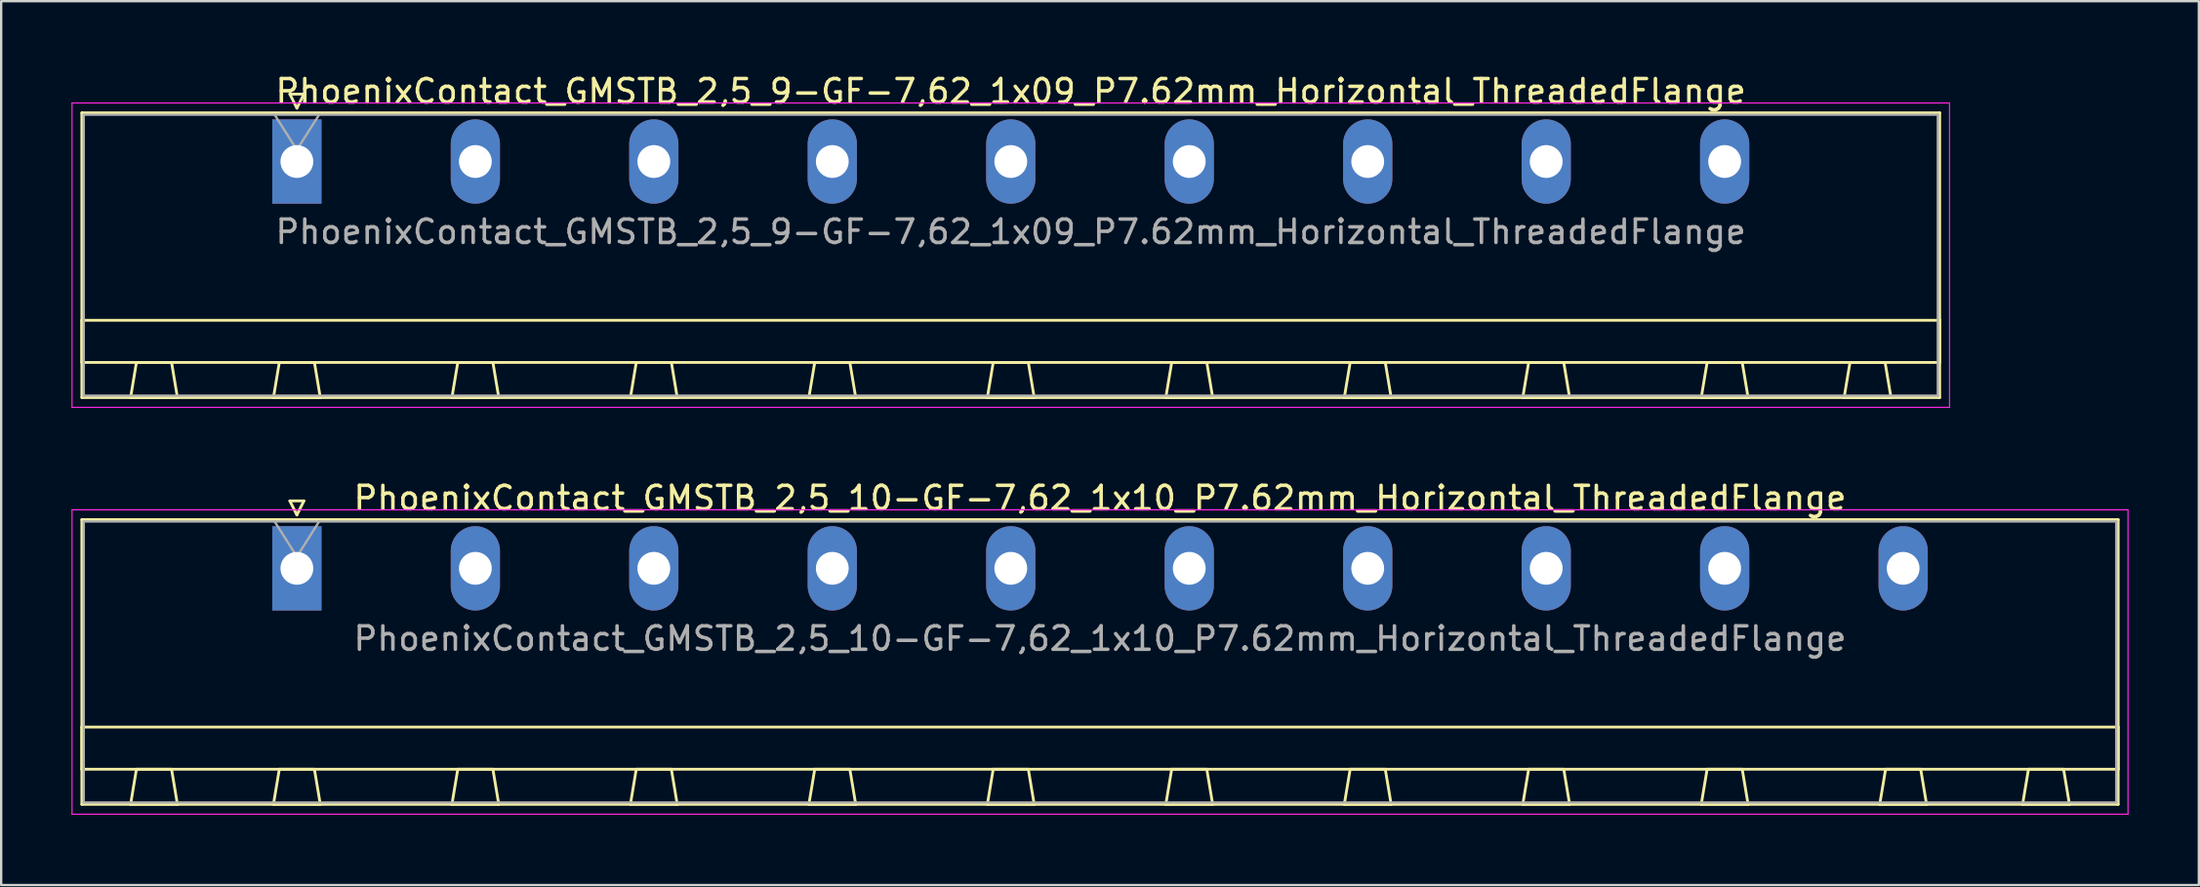
<source format=kicad_pcb>
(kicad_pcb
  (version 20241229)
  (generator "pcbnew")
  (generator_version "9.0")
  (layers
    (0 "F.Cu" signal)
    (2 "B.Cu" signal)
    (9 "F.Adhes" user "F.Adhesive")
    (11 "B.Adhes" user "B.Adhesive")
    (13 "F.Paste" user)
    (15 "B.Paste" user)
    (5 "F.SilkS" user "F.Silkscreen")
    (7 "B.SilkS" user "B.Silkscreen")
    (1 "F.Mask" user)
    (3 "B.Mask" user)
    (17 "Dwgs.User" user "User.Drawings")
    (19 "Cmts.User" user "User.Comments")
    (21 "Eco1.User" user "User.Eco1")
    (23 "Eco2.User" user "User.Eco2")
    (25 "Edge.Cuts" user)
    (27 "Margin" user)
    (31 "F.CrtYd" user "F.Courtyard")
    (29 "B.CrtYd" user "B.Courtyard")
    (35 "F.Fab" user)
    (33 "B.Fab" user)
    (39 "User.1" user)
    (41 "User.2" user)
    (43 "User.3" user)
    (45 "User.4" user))
  (footprint "PhoenixContact_GMSTB_2,5_9-GF-7,62_1x09_P7.62mm_Horizontal_ThreadedFlange"
    (layer "F.Cu")
    (at 9.625 3.848)
    (property "Reference" "PhoenixContact_GMSTB_2,5_9-GF-7,62_1x09_P7.62mm_Horizontal_ThreadedFlange" (at 30.48 -3 0) (layer "F.SilkS") (effects (font (size 1 1) (thickness 0.15))))
    (attr through_hole)
    (fp_line (start -9.18 -2.08) (end -9.18 10.08) (stroke (width 0.12) (type solid)) (layer "F.SilkS"))
    (fp_line (start -9.18 6.78) (end 70.14 6.78) (stroke (width 0.12) (type solid)) (layer "F.SilkS"))
    (fp_line (start -9.18 8.58) (end -9.18 6.78) (stroke (width 0.12) (type solid)) (layer "F.SilkS"))
    (fp_line (start -9.18 10.08) (end 70.14 10.08) (stroke (width 0.12) (type solid)) (layer "F.SilkS"))
    (fp_line (start -7.1 10.08) (end -5.1 10.08) (stroke (width 0.12) (type solid)) (layer "F.SilkS"))
    (fp_line (start -6.85 8.58) (end -7.1 10.08) (stroke (width 0.12) (type solid)) (layer "F.SilkS"))
    (fp_line (start -5.35 8.58) (end -6.85 8.58) (stroke (width 0.12) (type solid)) (layer "F.SilkS"))
    (fp_line (start -5.1 10.08) (end -5.35 8.58) (stroke (width 0.12) (type solid)) (layer "F.SilkS"))
    (fp_line (start -1 10.08) (end 1 10.08) (stroke (width 0.12) (type solid)) (layer "F.SilkS"))
    (fp_line (start -0.75 8.58) (end -1 10.08) (stroke (width 0.12) (type solid)) (layer "F.SilkS"))
    (fp_line (start -0.3 -2.88) (end 0.3 -2.88) (stroke (width 0.12) (type solid)) (layer "F.SilkS"))
    (fp_line (start 0 -2.28) (end -0.3 -2.88) (stroke (width 0.12) (type solid)) (layer "F.SilkS"))
    (fp_line (start 0.3 -2.88) (end 0 -2.28) (stroke (width 0.12) (type solid)) (layer "F.SilkS"))
    (fp_line (start 0.75 8.58) (end -0.75 8.58) (stroke (width 0.12) (type solid)) (layer "F.SilkS"))
    (fp_line (start 1 10.08) (end 0.75 8.58) (stroke (width 0.12) (type solid)) (layer "F.SilkS"))
    (fp_line (start 6.62 10.08) (end 8.62 10.08) (stroke (width 0.12) (type solid)) (layer "F.SilkS"))
    (fp_line (start 6.87 8.58) (end 6.62 10.08) (stroke (width 0.12) (type solid)) (layer "F.SilkS"))
    (fp_line (start 8.37 8.58) (end 6.87 8.58) (stroke (width 0.12) (type solid)) (layer "F.SilkS"))
    (fp_line (start 8.62 10.08) (end 8.37 8.58) (stroke (width 0.12) (type solid)) (layer "F.SilkS"))
    (fp_line (start 14.24 10.08) (end 16.24 10.08) (stroke (width 0.12) (type solid)) (layer "F.SilkS"))
    (fp_line (start 14.49 8.58) (end 14.24 10.08) (stroke (width 0.12) (type solid)) (layer "F.SilkS"))
    (fp_line (start 15.99 8.58) (end 14.49 8.58) (stroke (width 0.12) (type solid)) (layer "F.SilkS"))
    (fp_line (start 16.24 10.08) (end 15.99 8.58) (stroke (width 0.12) (type solid)) (layer "F.SilkS"))
    (fp_line (start 21.86 10.08) (end 23.86 10.08) (stroke (width 0.12) (type solid)) (layer "F.SilkS"))
    (fp_line (start 22.11 8.58) (end 21.86 10.08) (stroke (width 0.12) (type solid)) (layer "F.SilkS"))
    (fp_line (start 23.61 8.58) (end 22.11 8.58) (stroke (width 0.12) (type solid)) (layer "F.SilkS"))
    (fp_line (start 23.86 10.08) (end 23.61 8.58) (stroke (width 0.12) (type solid)) (layer "F.SilkS"))
    (fp_line (start 29.48 10.08) (end 31.48 10.08) (stroke (width 0.12) (type solid)) (layer "F.SilkS"))
    (fp_line (start 29.73 8.58) (end 29.48 10.08) (stroke (width 0.12) (type solid)) (layer "F.SilkS"))
    (fp_line (start 31.23 8.58) (end 29.73 8.58) (stroke (width 0.12) (type solid)) (layer "F.SilkS"))
    (fp_line (start 31.48 10.08) (end 31.23 8.58) (stroke (width 0.12) (type solid)) (layer "F.SilkS"))
    (fp_line (start 37.1 10.08) (end 39.1 10.08) (stroke (width 0.12) (type solid)) (layer "F.SilkS"))
    (fp_line (start 37.35 8.58) (end 37.1 10.08) (stroke (width 0.12) (type solid)) (layer "F.SilkS"))
    (fp_line (start 38.85 8.58) (end 37.35 8.58) (stroke (width 0.12) (type solid)) (layer "F.SilkS"))
    (fp_line (start 39.1 10.08) (end 38.85 8.58) (stroke (width 0.12) (type solid)) (layer "F.SilkS"))
    (fp_line (start 44.72 10.08) (end 46.72 10.08) (stroke (width 0.12) (type solid)) (layer "F.SilkS"))
    (fp_line (start 44.97 8.58) (end 44.72 10.08) (stroke (width 0.12) (type solid)) (layer "F.SilkS"))
    (fp_line (start 46.47 8.58) (end 44.97 8.58) (stroke (width 0.12) (type solid)) (layer "F.SilkS"))
    (fp_line (start 46.72 10.08) (end 46.47 8.58) (stroke (width 0.12) (type solid)) (layer "F.SilkS"))
    (fp_line (start 52.34 10.08) (end 54.34 10.08) (stroke (width 0.12) (type solid)) (layer "F.SilkS"))
    (fp_line (start 52.59 8.58) (end 52.34 10.08) (stroke (width 0.12) (type solid)) (layer "F.SilkS"))
    (fp_line (start 54.09 8.58) (end 52.59 8.58) (stroke (width 0.12) (type solid)) (layer "F.SilkS"))
    (fp_line (start 54.34 10.08) (end 54.09 8.58) (stroke (width 0.12) (type solid)) (layer "F.SilkS"))
    (fp_line (start 59.96 10.08) (end 61.96 10.08) (stroke (width 0.12) (type solid)) (layer "F.SilkS"))
    (fp_line (start 60.21 8.58) (end 59.96 10.08) (stroke (width 0.12) (type solid)) (layer "F.SilkS"))
    (fp_line (start 61.71 8.58) (end 60.21 8.58) (stroke (width 0.12) (type solid)) (layer "F.SilkS"))
    (fp_line (start 61.96 10.08) (end 61.71 8.58) (stroke (width 0.12) (type solid)) (layer "F.SilkS"))
    (fp_line (start 66.06 10.08) (end 68.06 10.08) (stroke (width 0.12) (type solid)) (layer "F.SilkS"))
    (fp_line (start 66.31 8.58) (end 66.06 10.08) (stroke (width 0.12) (type solid)) (layer "F.SilkS"))
    (fp_line (start 67.81 8.58) (end 66.31 8.58) (stroke (width 0.12) (type solid)) (layer "F.SilkS"))
    (fp_line (start 68.06 10.08) (end 67.81 8.58) (stroke (width 0.12) (type solid)) (layer "F.SilkS"))
    (fp_line (start 70.14 -2.08) (end -9.18 -2.08) (stroke (width 0.12) (type solid)) (layer "F.SilkS"))
    (fp_line (start 70.14 6.78) (end 70.14 8.58) (stroke (width 0.12) (type solid)) (layer "F.SilkS"))
    (fp_line (start 70.14 8.58) (end -9.18 8.58) (stroke (width 0.12) (type solid)) (layer "F.SilkS"))
    (fp_line (start 70.14 10.08) (end 70.14 -2.08) (stroke (width 0.12) (type solid)) (layer "F.SilkS"))
    (fp_line (start -9.6 -2.5) (end -9.6 10.5) (stroke (width 0.05) (type solid)) (layer "F.CrtYd"))
    (fp_line (start -9.6 10.5) (end 70.56 10.5) (stroke (width 0.05) (type solid)) (layer "F.CrtYd"))
    (fp_line (start 70.56 -2.5) (end -9.6 -2.5) (stroke (width 0.05) (type solid)) (layer "F.CrtYd"))
    (fp_line (start 70.56 10.5) (end 70.56 -2.5) (stroke (width 0.05) (type solid)) (layer "F.CrtYd"))
    (fp_line (start -9.1 -2) (end -9.1 10) (stroke (width 0.1) (type solid)) (layer "F.Fab"))
    (fp_line (start -9.1 10) (end 70.06 10) (stroke (width 0.1) (type solid)) (layer "F.Fab"))
    (fp_line (start 0 -0.5) (end -0.95 -2) (stroke (width 0.1) (type solid)) (layer "F.Fab"))
    (fp_line (start 0.95 -2) (end 0 -0.5) (stroke (width 0.1) (type solid)) (layer "F.Fab"))
    (fp_line (start 70.06 -2) (end -9.1 -2) (stroke (width 0.1) (type solid)) (layer "F.Fab"))
    (fp_line (start 70.06 10) (end 70.06 -2) (stroke (width 0.1) (type solid)) (layer "F.Fab"))
    (fp_text user "${REFERENCE}" (at 30.48 3 0) (layer "F.Fab") (effects (font (size 1 1) (thickness 0.15))))
    (pad "1" thru_hole rect (at 0 0) (size 2.1 3.6) (drill 1.4) (layers "*.Cu" "*.Mask"))
    (pad "2" thru_hole oval (at 7.62 0) (size 2.1 3.6) (drill 1.4) (layers "*.Cu" "*.Mask"))
    (pad "3" thru_hole oval (at 15.24 0) (size 2.1 3.6) (drill 1.4) (layers "*.Cu" "*.Mask"))
    (pad "4" thru_hole oval (at 22.86 0) (size 2.1 3.6) (drill 1.4) (layers "*.Cu" "*.Mask"))
    (pad "5" thru_hole oval (at 30.48 0) (size 2.1 3.6) (drill 1.4) (layers "*.Cu" "*.Mask"))
    (pad "6" thru_hole oval (at 38.1 0) (size 2.1 3.6) (drill 1.4) (layers "*.Cu" "*.Mask"))
    (pad "7" thru_hole oval (at 45.72 0) (size 2.1 3.6) (drill 1.4) (layers "*.Cu" "*.Mask"))
    (pad "8" thru_hole oval (at 53.34 0) (size 2.1 3.6) (drill 1.4) (layers "*.Cu" "*.Mask"))
    (pad "9" thru_hole oval (at 60.96 0) (size 2.1 3.6) (drill 1.4) (layers "*.Cu" "*.Mask")))
  (footprint "PhoenixContact_GMSTB_2,5_10-GF-7,62_1x10_P7.62mm_Horizontal_ThreadedFlange"
    (layer "F.Cu")
    (at 9.625 21.221)
    (property "Reference" "PhoenixContact_GMSTB_2,5_10-GF-7,62_1x10_P7.62mm_Horizontal_ThreadedFlange" (at 34.29 -3 0) (layer "F.SilkS") (effects (font (size 1 1) (thickness 0.15))))
    (attr through_hole)
    (fp_line (start -9.18 -2.08) (end -9.18 10.08) (stroke (width 0.12) (type solid)) (layer "F.SilkS"))
    (fp_line (start -9.18 6.78) (end 77.76 6.78) (stroke (width 0.12) (type solid)) (layer "F.SilkS"))
    (fp_line (start -9.18 8.58) (end -9.18 6.78) (stroke (width 0.12) (type solid)) (layer "F.SilkS"))
    (fp_line (start -9.18 10.08) (end 77.76 10.08) (stroke (width 0.12) (type solid)) (layer "F.SilkS"))
    (fp_line (start -7.1 10.08) (end -5.1 10.08) (stroke (width 0.12) (type solid)) (layer "F.SilkS"))
    (fp_line (start -6.85 8.58) (end -7.1 10.08) (stroke (width 0.12) (type solid)) (layer "F.SilkS"))
    (fp_line (start -5.35 8.58) (end -6.85 8.58) (stroke (width 0.12) (type solid)) (layer "F.SilkS"))
    (fp_line (start -5.1 10.08) (end -5.35 8.58) (stroke (width 0.12) (type solid)) (layer "F.SilkS"))
    (fp_line (start -1 10.08) (end 1 10.08) (stroke (width 0.12) (type solid)) (layer "F.SilkS"))
    (fp_line (start -0.75 8.58) (end -1 10.08) (stroke (width 0.12) (type solid)) (layer "F.SilkS"))
    (fp_line (start -0.3 -2.88) (end 0.3 -2.88) (stroke (width 0.12) (type solid)) (layer "F.SilkS"))
    (fp_line (start 0 -2.28) (end -0.3 -2.88) (stroke (width 0.12) (type solid)) (layer "F.SilkS"))
    (fp_line (start 0.3 -2.88) (end 0 -2.28) (stroke (width 0.12) (type solid)) (layer "F.SilkS"))
    (fp_line (start 0.75 8.58) (end -0.75 8.58) (stroke (width 0.12) (type solid)) (layer "F.SilkS"))
    (fp_line (start 1 10.08) (end 0.75 8.58) (stroke (width 0.12) (type solid)) (layer "F.SilkS"))
    (fp_line (start 6.62 10.08) (end 8.62 10.08) (stroke (width 0.12) (type solid)) (layer "F.SilkS"))
    (fp_line (start 6.87 8.58) (end 6.62 10.08) (stroke (width 0.12) (type solid)) (layer "F.SilkS"))
    (fp_line (start 8.37 8.58) (end 6.87 8.58) (stroke (width 0.12) (type solid)) (layer "F.SilkS"))
    (fp_line (start 8.62 10.08) (end 8.37 8.58) (stroke (width 0.12) (type solid)) (layer "F.SilkS"))
    (fp_line (start 14.24 10.08) (end 16.24 10.08) (stroke (width 0.12) (type solid)) (layer "F.SilkS"))
    (fp_line (start 14.49 8.58) (end 14.24 10.08) (stroke (width 0.12) (type solid)) (layer "F.SilkS"))
    (fp_line (start 15.99 8.58) (end 14.49 8.58) (stroke (width 0.12) (type solid)) (layer "F.SilkS"))
    (fp_line (start 16.24 10.08) (end 15.99 8.58) (stroke (width 0.12) (type solid)) (layer "F.SilkS"))
    (fp_line (start 21.86 10.08) (end 23.86 10.08) (stroke (width 0.12) (type solid)) (layer "F.SilkS"))
    (fp_line (start 22.11 8.58) (end 21.86 10.08) (stroke (width 0.12) (type solid)) (layer "F.SilkS"))
    (fp_line (start 23.61 8.58) (end 22.11 8.58) (stroke (width 0.12) (type solid)) (layer "F.SilkS"))
    (fp_line (start 23.86 10.08) (end 23.61 8.58) (stroke (width 0.12) (type solid)) (layer "F.SilkS"))
    (fp_line (start 29.48 10.08) (end 31.48 10.08) (stroke (width 0.12) (type solid)) (layer "F.SilkS"))
    (fp_line (start 29.73 8.58) (end 29.48 10.08) (stroke (width 0.12) (type solid)) (layer "F.SilkS"))
    (fp_line (start 31.23 8.58) (end 29.73 8.58) (stroke (width 0.12) (type solid)) (layer "F.SilkS"))
    (fp_line (start 31.48 10.08) (end 31.23 8.58) (stroke (width 0.12) (type solid)) (layer "F.SilkS"))
    (fp_line (start 37.1 10.08) (end 39.1 10.08) (stroke (width 0.12) (type solid)) (layer "F.SilkS"))
    (fp_line (start 37.35 8.58) (end 37.1 10.08) (stroke (width 0.12) (type solid)) (layer "F.SilkS"))
    (fp_line (start 38.85 8.58) (end 37.35 8.58) (stroke (width 0.12) (type solid)) (layer "F.SilkS"))
    (fp_line (start 39.1 10.08) (end 38.85 8.58) (stroke (width 0.12) (type solid)) (layer "F.SilkS"))
    (fp_line (start 44.72 10.08) (end 46.72 10.08) (stroke (width 0.12) (type solid)) (layer "F.SilkS"))
    (fp_line (start 44.97 8.58) (end 44.72 10.08) (stroke (width 0.12) (type solid)) (layer "F.SilkS"))
    (fp_line (start 46.47 8.58) (end 44.97 8.58) (stroke (width 0.12) (type solid)) (layer "F.SilkS"))
    (fp_line (start 46.72 10.08) (end 46.47 8.58) (stroke (width 0.12) (type solid)) (layer "F.SilkS"))
    (fp_line (start 52.34 10.08) (end 54.34 10.08) (stroke (width 0.12) (type solid)) (layer "F.SilkS"))
    (fp_line (start 52.59 8.58) (end 52.34 10.08) (stroke (width 0.12) (type solid)) (layer "F.SilkS"))
    (fp_line (start 54.09 8.58) (end 52.59 8.58) (stroke (width 0.12) (type solid)) (layer "F.SilkS"))
    (fp_line (start 54.34 10.08) (end 54.09 8.58) (stroke (width 0.12) (type solid)) (layer "F.SilkS"))
    (fp_line (start 59.96 10.08) (end 61.96 10.08) (stroke (width 0.12) (type solid)) (layer "F.SilkS"))
    (fp_line (start 60.21 8.58) (end 59.96 10.08) (stroke (width 0.12) (type solid)) (layer "F.SilkS"))
    (fp_line (start 61.71 8.58) (end 60.21 8.58) (stroke (width 0.12) (type solid)) (layer "F.SilkS"))
    (fp_line (start 61.96 10.08) (end 61.71 8.58) (stroke (width 0.12) (type solid)) (layer "F.SilkS"))
    (fp_line (start 67.58 10.08) (end 69.58 10.08) (stroke (width 0.12) (type solid)) (layer "F.SilkS"))
    (fp_line (start 67.83 8.58) (end 67.58 10.08) (stroke (width 0.12) (type solid)) (layer "F.SilkS"))
    (fp_line (start 69.33 8.58) (end 67.83 8.58) (stroke (width 0.12) (type solid)) (layer "F.SilkS"))
    (fp_line (start 69.58 10.08) (end 69.33 8.58) (stroke (width 0.12) (type solid)) (layer "F.SilkS"))
    (fp_line (start 73.68 10.08) (end 75.68 10.08) (stroke (width 0.12) (type solid)) (layer "F.SilkS"))
    (fp_line (start 73.93 8.58) (end 73.68 10.08) (stroke (width 0.12) (type solid)) (layer "F.SilkS"))
    (fp_line (start 75.43 8.58) (end 73.93 8.58) (stroke (width 0.12) (type solid)) (layer "F.SilkS"))
    (fp_line (start 75.68 10.08) (end 75.43 8.58) (stroke (width 0.12) (type solid)) (layer "F.SilkS"))
    (fp_line (start 77.76 -2.08) (end -9.18 -2.08) (stroke (width 0.12) (type solid)) (layer "F.SilkS"))
    (fp_line (start 77.76 6.78) (end 77.76 8.58) (stroke (width 0.12) (type solid)) (layer "F.SilkS"))
    (fp_line (start 77.76 8.58) (end -9.18 8.58) (stroke (width 0.12) (type solid)) (layer "F.SilkS"))
    (fp_line (start 77.76 10.08) (end 77.76 -2.08) (stroke (width 0.12) (type solid)) (layer "F.SilkS"))
    (fp_line (start -9.6 -2.5) (end -9.6 10.5) (stroke (width 0.05) (type solid)) (layer "F.CrtYd"))
    (fp_line (start -9.6 10.5) (end 78.18 10.5) (stroke (width 0.05) (type solid)) (layer "F.CrtYd"))
    (fp_line (start 78.18 -2.5) (end -9.6 -2.5) (stroke (width 0.05) (type solid)) (layer "F.CrtYd"))
    (fp_line (start 78.18 10.5) (end 78.18 -2.5) (stroke (width 0.05) (type solid)) (layer "F.CrtYd"))
    (fp_line (start -9.1 -2) (end -9.1 10) (stroke (width 0.1) (type solid)) (layer "F.Fab"))
    (fp_line (start -9.1 10) (end 77.68 10) (stroke (width 0.1) (type solid)) (layer "F.Fab"))
    (fp_line (start 0 -0.5) (end -0.95 -2) (stroke (width 0.1) (type solid)) (layer "F.Fab"))
    (fp_line (start 0.95 -2) (end 0 -0.5) (stroke (width 0.1) (type solid)) (layer "F.Fab"))
    (fp_line (start 77.68 -2) (end -9.1 -2) (stroke (width 0.1) (type solid)) (layer "F.Fab"))
    (fp_line (start 77.68 10) (end 77.68 -2) (stroke (width 0.1) (type solid)) (layer "F.Fab"))
    (fp_text user "${REFERENCE}" (at 34.29 3 0) (layer "F.Fab") (effects (font (size 1 1) (thickness 0.15))))
    (pad "1" thru_hole rect (at 0 0) (size 2.1 3.6) (drill 1.4) (layers "*.Cu" "*.Mask"))
    (pad "2" thru_hole oval (at 7.62 0) (size 2.1 3.6) (drill 1.4) (layers "*.Cu" "*.Mask"))
    (pad "3" thru_hole oval (at 15.24 0) (size 2.1 3.6) (drill 1.4) (layers "*.Cu" "*.Mask"))
    (pad "4" thru_hole oval (at 22.86 0) (size 2.1 3.6) (drill 1.4) (layers "*.Cu" "*.Mask"))
    (pad "5" thru_hole oval (at 30.48 0) (size 2.1 3.6) (drill 1.4) (layers "*.Cu" "*.Mask"))
    (pad "6" thru_hole oval (at 38.1 0) (size 2.1 3.6) (drill 1.4) (layers "*.Cu" "*.Mask"))
    (pad "7" thru_hole oval (at 45.72 0) (size 2.1 3.6) (drill 1.4) (layers "*.Cu" "*.Mask"))
    (pad "8" thru_hole oval (at 53.34 0) (size 2.1 3.6) (drill 1.4) (layers "*.Cu" "*.Mask"))
    (pad "9" thru_hole oval (at 60.96 0) (size 2.1 3.6) (drill 1.4) (layers "*.Cu" "*.Mask"))
    (pad "10" thru_hole oval (at 68.58 0) (size 2.1 3.6) (drill 1.4) (layers "*.Cu" "*.Mask")))
  (gr_rect
    (start -3 -3)
    (end 90.83 34.746)
    (stroke (width 0.1) (type default))
    (fill no)
    (layer "Edge.Cuts")))
</source>
